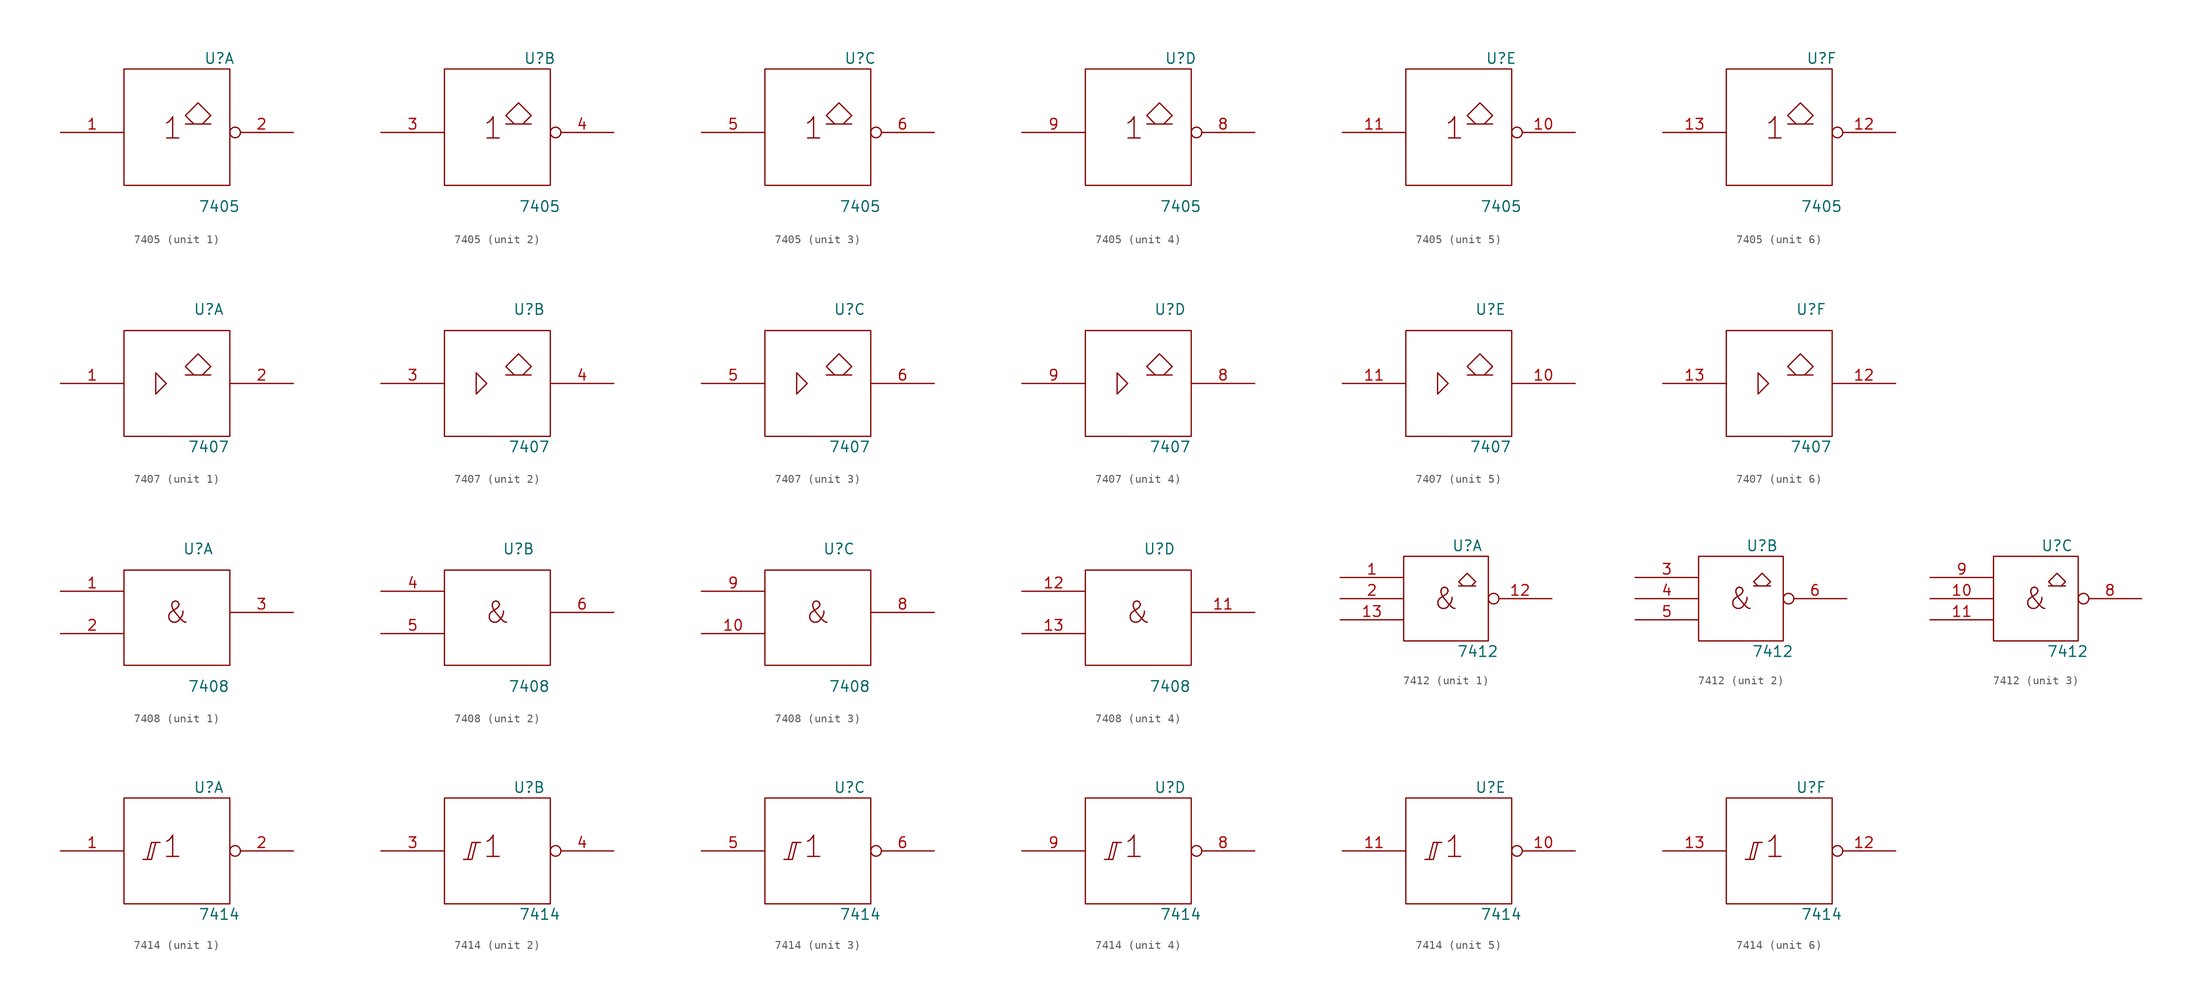
<source format=kicad_sym>
(kicad_symbol_lib
  (version 20201005)
  (generator kicad_symbol_editor)
  (symbol "74xx_IEEE:7405"
    (pin_names
      (offset 0.762))
    (property "Reference" "U"
      (at 5.08 8.89 0)
      (effects (font (size 1.27 1.27))))
    (property "Value" "7405"
      (at 5.08 -8.89 0)
      (effects (font (size 1.27 1.27))))
    (symbol "7405_0_0"
      (text "1" (at -0.508 0.508 0) (effects (font (size 2.54 2.54)))))
    (symbol "7405_0_1"
      (rectangle (start -6.35 7.62) (end 6.35 -6.35) (stroke (width 0)) (fill (type none)))
      (polyline (pts (xy 3.048 1.016) (xy 4.064 2.032) (xy 2.54 3.556) (xy 1.016 2.032) (xy 2.032 1.016) (xy 1.016 1.016) (xy 4.064 1.016) (xy 4.064 1.016)) (stroke (width 0)) (fill (type none)))
      (pin input line (at 0 7.62 270) (length 0) hide (name "Vcc" (effects (font (size 1.27 1.27)))) (number "14" (effects (font (size 1.27 1.27)))))
      (pin input line (at 0 -6.35 90) (length 0) hide (name "Gnd" (effects (font (size 1.27 1.27)))) (number "7" (effects (font (size 1.27 1.27))))))
    (symbol "7405_1_1"
      (pin input line (at -13.97 0 0) (length 7.62) (name "~" (effects (font (size 1.27 1.27)))) (number "1" (effects (font (size 1.27 1.27)))))
      (pin open_collector inverted (at 13.97 0 180) (length 7.62) (name "~" (effects (font (size 1.27 1.27)))) (number "2" (effects (font (size 1.27 1.27))))))
    (symbol "7405_2_1"
      (pin input line (at -13.97 0 0) (length 7.62) (name "~" (effects (font (size 1.27 1.27)))) (number "3" (effects (font (size 1.27 1.27)))))
      (pin open_collector inverted (at 13.97 0 180) (length 7.62) (name "~" (effects (font (size 1.27 1.27)))) (number "4" (effects (font (size 1.27 1.27))))))
    (symbol "7405_3_1"
      (pin input line (at -13.97 0 0) (length 7.62) (name "~" (effects (font (size 1.27 1.27)))) (number "5" (effects (font (size 1.27 1.27)))))
      (pin open_collector inverted (at 13.97 0 180) (length 7.62) (name "~" (effects (font (size 1.27 1.27)))) (number "6" (effects (font (size 1.27 1.27))))))
    (symbol "7405_4_1"
      (pin open_collector inverted (at 13.97 0 180) (length 7.62) (name "~" (effects (font (size 1.27 1.27)))) (number "8" (effects (font (size 1.27 1.27)))))
      (pin input line (at -13.97 0 0) (length 7.62) (name "~" (effects (font (size 1.27 1.27)))) (number "9" (effects (font (size 1.27 1.27))))))
    (symbol "7405_5_1"
      (pin open_collector inverted (at 13.97 0 180) (length 7.62) (name "~" (effects (font (size 1.27 1.27)))) (number "10" (effects (font (size 1.27 1.27)))))
      (pin input line (at -13.97 0 0) (length 7.62) (name "~" (effects (font (size 1.27 1.27)))) (number "11" (effects (font (size 1.27 1.27))))))
    (symbol "7405_6_1"
      (pin open_collector inverted (at 13.97 0 180) (length 7.62) (name "~" (effects (font (size 1.27 1.27)))) (number "12" (effects (font (size 1.27 1.27)))))
      (pin input line (at -13.97 0 0) (length 7.62) (name "~" (effects (font (size 1.27 1.27)))) (number "13" (effects (font (size 1.27 1.27)))))))
  (symbol "74xx_IEEE:7407"
    (pin_names
      (offset 0.762))
    (property "Reference" "U"
      (at 3.81 8.89 0)
      (effects (font (size 1.27 1.27))))
    (property "Value" "7407"
      (at 3.81 -7.62 0)
      (effects (font (size 1.27 1.27))))
    (symbol "7407_0_1"
      (rectangle (start -6.35 6.35) (end 6.35 -6.35) (stroke (width 0)) (fill (type none)))
      (polyline (pts (xy -2.54 1.27) (xy -2.54 -1.27) (xy -1.27 0) (xy -2.54 1.27) (xy -2.54 1.27)) (stroke (width 0)) (fill (type none)))
      (polyline (pts (xy 3.048 1.016) (xy 4.064 2.032) (xy 2.54 3.556) (xy 1.016 2.032) (xy 2.032 1.016) (xy 1.016 1.016) (xy 4.064 1.016) (xy 4.064 1.016)) (stroke (width 0)) (fill (type none)))
      (pin power_in line (at 0 6.35 270) (length 0) hide (name "Vcc" (effects (font (size 1.27 1.27)))) (number "14" (effects (font (size 1.27 1.27)))))
      (pin power_in line (at 0 -6.35 90) (length 0) hide (name "Gnd" (effects (font (size 1.27 1.27)))) (number "7" (effects (font (size 1.27 1.27))))))
    (symbol "7407_1_1"
      (pin input line (at -13.97 0 0) (length 7.62) (name "~" (effects (font (size 1.27 1.27)))) (number "1" (effects (font (size 1.27 1.27)))))
      (pin open_collector line (at 13.97 0 180) (length 7.62) (name "~" (effects (font (size 1.27 1.27)))) (number "2" (effects (font (size 1.27 1.27))))))
    (symbol "7407_2_1"
      (pin input line (at -13.97 0 0) (length 7.62) (name "~" (effects (font (size 1.27 1.27)))) (number "3" (effects (font (size 1.27 1.27)))))
      (pin open_collector line (at 13.97 0 180) (length 7.62) (name "~" (effects (font (size 1.27 1.27)))) (number "4" (effects (font (size 1.27 1.27))))))
    (symbol "7407_3_1"
      (pin input line (at -13.97 0 0) (length 7.62) (name "~" (effects (font (size 1.27 1.27)))) (number "5" (effects (font (size 1.27 1.27)))))
      (pin open_collector line (at 13.97 0 180) (length 7.62) (name "~" (effects (font (size 1.27 1.27)))) (number "6" (effects (font (size 1.27 1.27))))))
    (symbol "7407_4_1"
      (pin open_collector line (at 13.97 0 180) (length 7.62) (name "~" (effects (font (size 1.27 1.27)))) (number "8" (effects (font (size 1.27 1.27)))))
      (pin input line (at -13.97 0 0) (length 7.62) (name "~" (effects (font (size 1.27 1.27)))) (number "9" (effects (font (size 1.27 1.27))))))
    (symbol "7407_5_1"
      (pin open_collector line (at 13.97 0 180) (length 7.62) (name "~" (effects (font (size 1.27 1.27)))) (number "10" (effects (font (size 1.27 1.27)))))
      (pin input line (at -13.97 0 0) (length 7.62) (name "~" (effects (font (size 1.27 1.27)))) (number "11" (effects (font (size 1.27 1.27))))))
    (symbol "7407_6_1"
      (pin open_collector line (at 13.97 0 180) (length 7.62) (name "~" (effects (font (size 1.27 1.27)))) (number "12" (effects (font (size 1.27 1.27)))))
      (pin input line (at -13.97 0 0) (length 7.62) (name "~" (effects (font (size 1.27 1.27)))) (number "13" (effects (font (size 1.27 1.27)))))))
  (symbol "74xx_IEEE:7408"
    (pin_names
      (offset 0.762))
    (property "Reference" "U"
      (at 2.54 7.62 0)
      (effects (font (size 1.27 1.27))))
    (property "Value" "7408"
      (at 3.81 -8.89 0)
      (effects (font (size 1.27 1.27))))
    (symbol "7408_0_1"
      (text "&" (at 0 0 0) (effects (font (size 2.54 2.54))))
      (rectangle (start -6.35 5.08) (end 6.35 -6.35) (stroke (width 0)) (fill (type none)))
      (pin power_in line (at 0 5.08 270) (length 0) hide (name "Vcc" (effects (font (size 1.27 1.27)))) (number "14" (effects (font (size 1.27 1.27)))))
      (pin power_in line (at 0 -6.35 90) (length 0) hide (name "Gnd" (effects (font (size 1.27 1.27)))) (number "7" (effects (font (size 1.27 1.27))))))
    (symbol "7408_1_1"
      (pin input line (at -13.97 2.54 0) (length 7.62) (name "~" (effects (font (size 1.27 1.27)))) (number "1" (effects (font (size 1.27 1.27)))))
      (pin input line (at -13.97 -2.54 0) (length 7.62) (name "~" (effects (font (size 1.27 1.27)))) (number "2" (effects (font (size 1.27 1.27)))))
      (pin output line (at 13.97 0 180) (length 7.62) (name "~" (effects (font (size 1.27 1.27)))) (number "3" (effects (font (size 1.27 1.27))))))
    (symbol "7408_2_1"
      (pin input line (at -13.97 2.54 0) (length 7.62) (name "~" (effects (font (size 1.27 1.27)))) (number "4" (effects (font (size 1.27 1.27)))))
      (pin input line (at -13.97 -2.54 0) (length 7.62) (name "~" (effects (font (size 1.27 1.27)))) (number "5" (effects (font (size 1.27 1.27)))))
      (pin input line (at 13.97 0 180) (length 7.62) (name "~" (effects (font (size 1.27 1.27)))) (number "6" (effects (font (size 1.27 1.27))))))
    (symbol "7408_3_1"
      (pin input line (at -13.97 -2.54 0) (length 7.62) (name "~" (effects (font (size 1.27 1.27)))) (number "10" (effects (font (size 1.27 1.27)))))
      (pin input line (at 13.97 0 180) (length 7.62) (name "~" (effects (font (size 1.27 1.27)))) (number "8" (effects (font (size 1.27 1.27)))))
      (pin input line (at -13.97 2.54 0) (length 7.62) (name "~" (effects (font (size 1.27 1.27)))) (number "9" (effects (font (size 1.27 1.27))))))
    (symbol "7408_4_1"
      (pin input line (at 13.97 0 180) (length 7.62) (name "~" (effects (font (size 1.27 1.27)))) (number "11" (effects (font (size 1.27 1.27)))))
      (pin input line (at -13.97 2.54 0) (length 7.62) (name "~" (effects (font (size 1.27 1.27)))) (number "12" (effects (font (size 1.27 1.27)))))
      (pin input line (at -13.97 -2.54 0) (length 7.62) (name "~" (effects (font (size 1.27 1.27)))) (number "13" (effects (font (size 1.27 1.27)))))))
  (symbol "74xx_IEEE:7412"
    (pin_names
      (offset 0.762))
    (property "Reference" "U"
      (at 2.54 6.35 0)
      (effects (font (size 1.27 1.27))))
    (property "Value" "7412"
      (at 3.81 -6.35 0)
      (effects (font (size 1.27 1.27))))
    (symbol "7412_0_0"
      (text "&" (at 0 0 0) (effects (font (size 2.54 2.54))))
      (polyline (pts (xy 2.032 1.524) (xy 1.524 2.032) (xy 2.54 3.048) (xy 3.556 2.032) (xy 3.048 1.524) (xy 3.556 1.524) (xy 1.524 1.524) (xy 1.524 1.524)) (stroke (width 0)) (fill (type none))))
    (symbol "7412_0_1"
      (rectangle (start -5.08 5.08) (end 5.08 -5.08) (stroke (width 0)) (fill (type none)))
      (pin power_in line (at 0 5.08 270) (length 0) hide (name "Vcc" (effects (font (size 1.27 1.27)))) (number "14" (effects (font (size 1.27 1.27)))))
      (pin power_in line (at 0 -5.08 90) (length 0) hide (name "Gnd" (effects (font (size 1.27 1.27)))) (number "7" (effects (font (size 1.27 1.27))))))
    (symbol "7412_1_1"
      (pin input line (at -12.7 2.54 0) (length 7.62) (name "~" (effects (font (size 1.27 1.27)))) (number "1" (effects (font (size 1.27 1.27)))))
      (pin open_collector inverted (at 12.7 0 180) (length 7.62) (name "~" (effects (font (size 1.27 1.27)))) (number "12" (effects (font (size 1.27 1.27)))))
      (pin input line (at -12.7 -2.54 0) (length 7.62) (name "~" (effects (font (size 1.27 1.27)))) (number "13" (effects (font (size 1.27 1.27)))))
      (pin input line (at -12.7 0 0) (length 7.62) (name "~" (effects (font (size 1.27 1.27)))) (number "2" (effects (font (size 1.27 1.27))))))
    (symbol "7412_2_1"
      (pin input line (at -12.7 2.54 0) (length 7.62) (name "~" (effects (font (size 1.27 1.27)))) (number "3" (effects (font (size 1.27 1.27)))))
      (pin input line (at -12.7 0 0) (length 7.62) (name "~" (effects (font (size 1.27 1.27)))) (number "4" (effects (font (size 1.27 1.27)))))
      (pin input line (at -12.7 -2.54 0) (length 7.62) (name "~" (effects (font (size 1.27 1.27)))) (number "5" (effects (font (size 1.27 1.27)))))
      (pin open_collector inverted (at 12.7 0 180) (length 7.62) (name "~" (effects (font (size 1.27 1.27)))) (number "6" (effects (font (size 1.27 1.27))))))
    (symbol "7412_3_1"
      (pin input line (at -12.7 0 0) (length 7.62) (name "~" (effects (font (size 1.27 1.27)))) (number "10" (effects (font (size 1.27 1.27)))))
      (pin input line (at -12.7 -2.54 0) (length 7.62) (name "~" (effects (font (size 1.27 1.27)))) (number "11" (effects (font (size 1.27 1.27)))))
      (pin open_collector inverted (at 12.7 0 180) (length 7.62) (name "~" (effects (font (size 1.27 1.27)))) (number "8" (effects (font (size 1.27 1.27)))))
      (pin input line (at -12.7 2.54 0) (length 7.62) (name "~" (effects (font (size 1.27 1.27)))) (number "9" (effects (font (size 1.27 1.27)))))))
  (symbol "74xx_IEEE:7414"
    (pin_names
      (offset 0.762))
    (property "Reference" "U"
      (at 3.81 7.62 0)
      (effects (font (size 1.27 1.27))))
    (property "Value" "7414"
      (at 5.08 -7.62 0)
      (effects (font (size 1.27 1.27))))
    (symbol "7414_0_0"
      (text "1" (at -0.508 0.508 0) (effects (font (size 2.54 2.54))))
      (polyline (pts (xy -4.064 -1.016) (xy -3.048 -1.016) (xy -2.54 1.016) (xy -2.032 1.016) (xy -3.048 1.016) (xy -3.556 -1.016) (xy -3.556 -1.016)) (stroke (width 0)) (fill (type none))))
    (symbol "7414_0_1"
      (rectangle (start -6.35 6.35) (end 6.35 -6.35) (stroke (width 0)) (fill (type none)))
      (pin power_in line (at 0 6.35 270) (length 0) hide (name "Vcc" (effects (font (size 1.27 1.27)))) (number "14" (effects (font (size 1.27 1.27)))))
      (pin power_in line (at 0 -6.35 90) (length 0) hide (name "Gnd" (effects (font (size 1.27 1.27)))) (number "7" (effects (font (size 1.27 1.27))))))
    (symbol "7414_1_1"
      (pin input line (at -13.97 0 0) (length 7.62) (name "~" (effects (font (size 1.27 1.27)))) (number "1" (effects (font (size 1.27 1.27)))))
      (pin output inverted (at 13.97 0 180) (length 7.62) (name "~" (effects (font (size 1.27 1.27)))) (number "2" (effects (font (size 1.27 1.27))))))
    (symbol "7414_2_1"
      (pin input line (at -13.97 0 0) (length 7.62) (name "~" (effects (font (size 1.27 1.27)))) (number "3" (effects (font (size 1.27 1.27)))))
      (pin output inverted (at 13.97 0 180) (length 7.62) (name "~" (effects (font (size 1.27 1.27)))) (number "4" (effects (font (size 1.27 1.27))))))
    (symbol "7414_3_1"
      (pin input line (at -13.97 0 0) (length 7.62) (name "~" (effects (font (size 1.27 1.27)))) (number "5" (effects (font (size 1.27 1.27)))))
      (pin output inverted (at 13.97 0 180) (length 7.62) (name "~" (effects (font (size 1.27 1.27)))) (number "6" (effects (font (size 1.27 1.27))))))
    (symbol "7414_4_1"
      (pin output inverted (at 13.97 0 180) (length 7.62) (name "~" (effects (font (size 1.27 1.27)))) (number "8" (effects (font (size 1.27 1.27)))))
      (pin input line (at -13.97 0 0) (length 7.62) (name "~" (effects (font (size 1.27 1.27)))) (number "9" (effects (font (size 1.27 1.27))))))
    (symbol "7414_5_1"
      (pin output inverted (at 13.97 0 180) (length 7.62) (name "~" (effects (font (size 1.27 1.27)))) (number "10" (effects (font (size 1.27 1.27)))))
      (pin input line (at -13.97 0 0) (length 7.62) (name "~" (effects (font (size 1.27 1.27)))) (number "11" (effects (font (size 1.27 1.27))))))
    (symbol "7414_6_1"
      (pin output inverted (at 13.97 0 180) (length 7.62) (name "~" (effects (font (size 1.27 1.27)))) (number "12" (effects (font (size 1.27 1.27)))))
      (pin input line (at -13.97 0 0) (length 7.62) (name "~" (effects (font (size 1.27 1.27)))) (number "13" (effects (font (size 1.27 1.27))))))))
</source>
